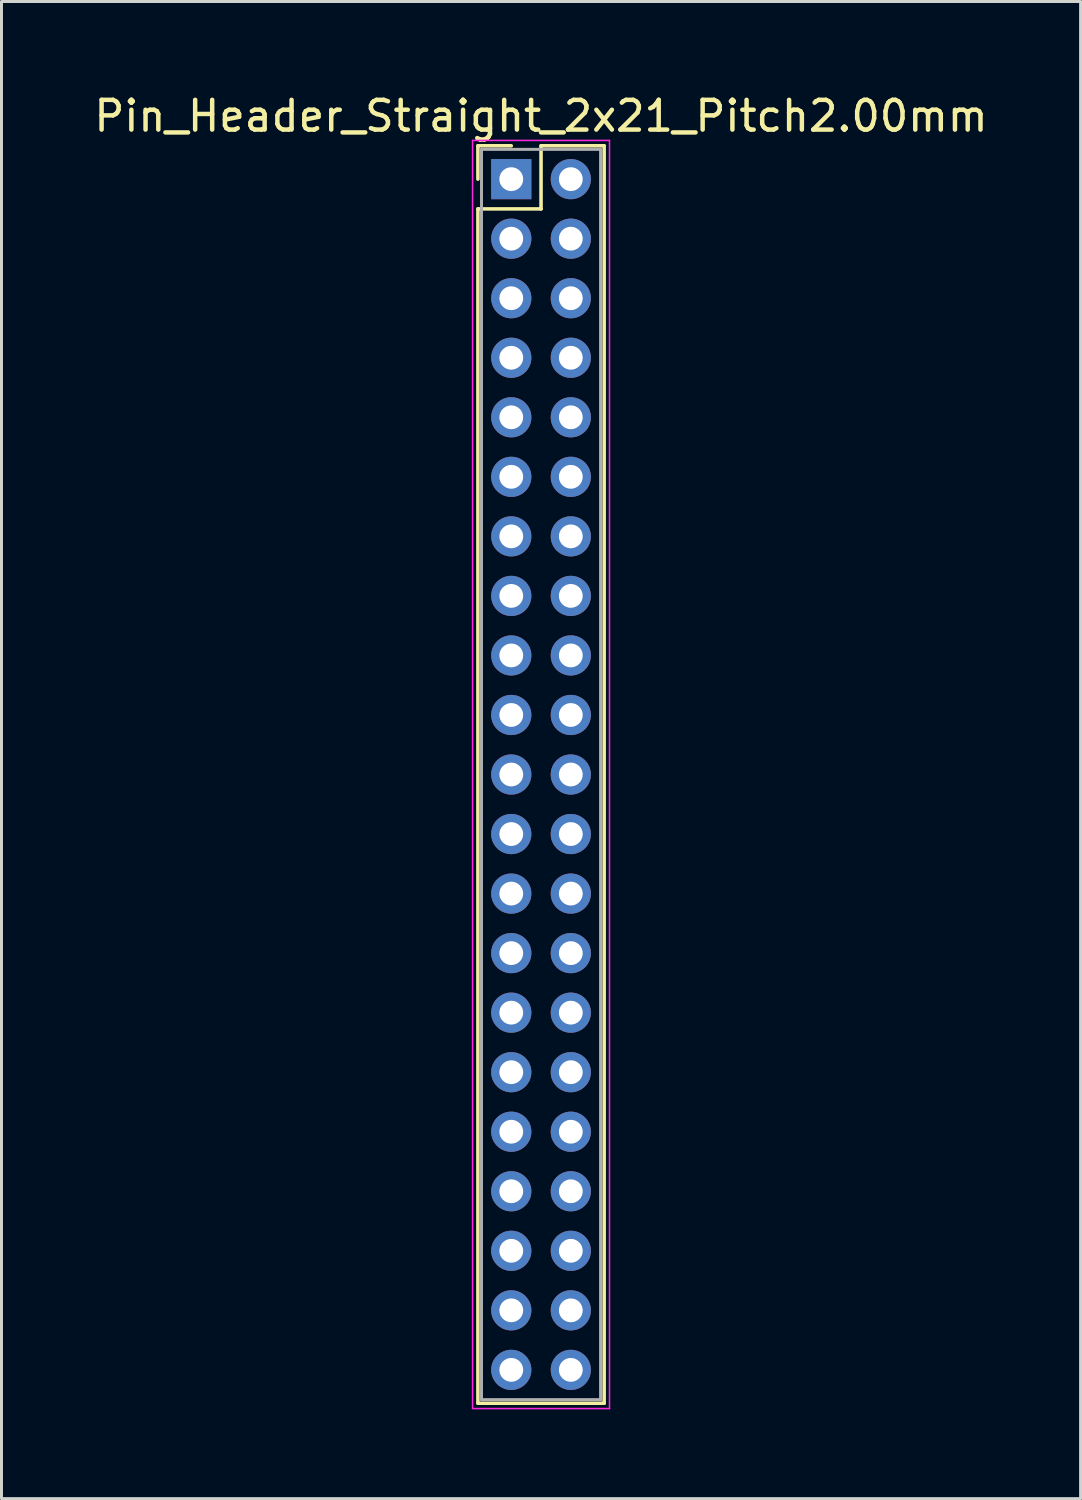
<source format=kicad_pcb>
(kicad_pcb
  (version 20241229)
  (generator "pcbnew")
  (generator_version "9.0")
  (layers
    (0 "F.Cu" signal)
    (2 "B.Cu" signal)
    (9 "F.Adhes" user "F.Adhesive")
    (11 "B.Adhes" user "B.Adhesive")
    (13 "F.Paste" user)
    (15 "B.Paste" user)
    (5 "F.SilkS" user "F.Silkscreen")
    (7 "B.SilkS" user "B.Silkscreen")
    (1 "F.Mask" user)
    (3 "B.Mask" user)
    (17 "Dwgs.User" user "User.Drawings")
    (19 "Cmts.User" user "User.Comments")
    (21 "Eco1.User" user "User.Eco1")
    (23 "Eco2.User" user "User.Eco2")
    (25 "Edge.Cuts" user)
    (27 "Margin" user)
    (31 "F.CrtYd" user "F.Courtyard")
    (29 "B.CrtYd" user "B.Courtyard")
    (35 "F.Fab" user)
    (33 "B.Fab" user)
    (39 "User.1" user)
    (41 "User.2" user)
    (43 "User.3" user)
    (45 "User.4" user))
  (footprint "Pin_Header_Straight_2x21_Pitch2.00mm"
    (layer "F.Cu")
    (at 14.125 2.968)
    (property "Reference" "Pin_Header_Straight_2x21_Pitch2.00mm" (at 1 -2.12 0) (layer "F.SilkS") (effects (font (size 1 1) (thickness 0.15))))
    (attr through_hole)
    (fp_line (start -1.12 -1.12) (end 0 -1.12) (stroke (width 0.12) (type solid)) (layer "F.SilkS"))
    (fp_line (start -1.12 0) (end -1.12 -1.12) (stroke (width 0.12) (type solid)) (layer "F.SilkS"))
    (fp_line (start -1.12 1) (end -1.12 41.12) (stroke (width 0.12) (type solid)) (layer "F.SilkS"))
    (fp_line (start -1.12 41.12) (end 3.12 41.12) (stroke (width 0.12) (type solid)) (layer "F.SilkS"))
    (fp_line (start 1 -1.12) (end 1 1) (stroke (width 0.12) (type solid)) (layer "F.SilkS"))
    (fp_line (start 1 1) (end -1.12 1) (stroke (width 0.12) (type solid)) (layer "F.SilkS"))
    (fp_line (start 3.12 -1.12) (end 1 -1.12) (stroke (width 0.12) (type solid)) (layer "F.SilkS"))
    (fp_line (start 3.12 41.12) (end 3.12 -1.12) (stroke (width 0.12) (type solid)) (layer "F.SilkS"))
    (fp_line (start -1.3 -1.3) (end -1.3 41.3) (stroke (width 0.05) (type solid)) (layer "F.CrtYd"))
    (fp_line (start -1.3 41.3) (end 3.3 41.3) (stroke (width 0.05) (type solid)) (layer "F.CrtYd"))
    (fp_line (start 3.3 -1.3) (end -1.3 -1.3) (stroke (width 0.05) (type solid)) (layer "F.CrtYd"))
    (fp_line (start 3.3 41.3) (end 3.3 -1.3) (stroke (width 0.05) (type solid)) (layer "F.CrtYd"))
    (fp_line (start -1 -1) (end -1 41) (stroke (width 0.1) (type solid)) (layer "F.Fab"))
    (fp_line (start -1 41) (end 3 41) (stroke (width 0.1) (type solid)) (layer "F.Fab"))
    (fp_line (start 3 -1) (end -1 -1) (stroke (width 0.1) (type solid)) (layer "F.Fab"))
    (fp_line (start 3 41) (end 3 -1) (stroke (width 0.1) (type solid)) (layer "F.Fab"))
    (pad "1" thru_hole rect (at 0 0) (size 1.35 1.35) (drill 0.8) (layers "*.Cu" "*.Mask"))
    (pad "2" thru_hole oval (at 2 0) (size 1.35 1.35) (drill 0.8) (layers "*.Cu" "*.Mask"))
    (pad "3" thru_hole oval (at 0 2) (size 1.35 1.35) (drill 0.8) (layers "*.Cu" "*.Mask"))
    (pad "4" thru_hole oval (at 2 2) (size 1.35 1.35) (drill 0.8) (layers "*.Cu" "*.Mask"))
    (pad "5" thru_hole oval (at 0 4) (size 1.35 1.35) (drill 0.8) (layers "*.Cu" "*.Mask"))
    (pad "6" thru_hole oval (at 2 4) (size 1.35 1.35) (drill 0.8) (layers "*.Cu" "*.Mask"))
    (pad "7" thru_hole oval (at 0 6) (size 1.35 1.35) (drill 0.8) (layers "*.Cu" "*.Mask"))
    (pad "8" thru_hole oval (at 2 6) (size 1.35 1.35) (drill 0.8) (layers "*.Cu" "*.Mask"))
    (pad "9" thru_hole oval (at 0 8) (size 1.35 1.35) (drill 0.8) (layers "*.Cu" "*.Mask"))
    (pad "10" thru_hole oval (at 2 8) (size 1.35 1.35) (drill 0.8) (layers "*.Cu" "*.Mask"))
    (pad "11" thru_hole oval (at 0 10) (size 1.35 1.35) (drill 0.8) (layers "*.Cu" "*.Mask"))
    (pad "12" thru_hole oval (at 2 10) (size 1.35 1.35) (drill 0.8) (layers "*.Cu" "*.Mask"))
    (pad "13" thru_hole oval (at 0 12) (size 1.35 1.35) (drill 0.8) (layers "*.Cu" "*.Mask"))
    (pad "14" thru_hole oval (at 2 12) (size 1.35 1.35) (drill 0.8) (layers "*.Cu" "*.Mask"))
    (pad "15" thru_hole oval (at 0 14) (size 1.35 1.35) (drill 0.8) (layers "*.Cu" "*.Mask"))
    (pad "16" thru_hole oval (at 2 14) (size 1.35 1.35) (drill 0.8) (layers "*.Cu" "*.Mask"))
    (pad "17" thru_hole oval (at 0 16) (size 1.35 1.35) (drill 0.8) (layers "*.Cu" "*.Mask"))
    (pad "18" thru_hole oval (at 2 16) (size 1.35 1.35) (drill 0.8) (layers "*.Cu" "*.Mask"))
    (pad "19" thru_hole oval (at 0 18) (size 1.35 1.35) (drill 0.8) (layers "*.Cu" "*.Mask"))
    (pad "20" thru_hole oval (at 2 18) (size 1.35 1.35) (drill 0.8) (layers "*.Cu" "*.Mask"))
    (pad "21" thru_hole oval (at 0 20) (size 1.35 1.35) (drill 0.8) (layers "*.Cu" "*.Mask"))
    (pad "22" thru_hole oval (at 2 20) (size 1.35 1.35) (drill 0.8) (layers "*.Cu" "*.Mask"))
    (pad "23" thru_hole oval (at 0 22) (size 1.35 1.35) (drill 0.8) (layers "*.Cu" "*.Mask"))
    (pad "24" thru_hole oval (at 2 22) (size 1.35 1.35) (drill 0.8) (layers "*.Cu" "*.Mask"))
    (pad "25" thru_hole oval (at 0 24) (size 1.35 1.35) (drill 0.8) (layers "*.Cu" "*.Mask"))
    (pad "26" thru_hole oval (at 2 24) (size 1.35 1.35) (drill 0.8) (layers "*.Cu" "*.Mask"))
    (pad "27" thru_hole oval (at 0 26) (size 1.35 1.35) (drill 0.8) (layers "*.Cu" "*.Mask"))
    (pad "28" thru_hole oval (at 2 26) (size 1.35 1.35) (drill 0.8) (layers "*.Cu" "*.Mask"))
    (pad "29" thru_hole oval (at 0 28) (size 1.35 1.35) (drill 0.8) (layers "*.Cu" "*.Mask"))
    (pad "30" thru_hole oval (at 2 28) (size 1.35 1.35) (drill 0.8) (layers "*.Cu" "*.Mask"))
    (pad "31" thru_hole oval (at 0 30) (size 1.35 1.35) (drill 0.8) (layers "*.Cu" "*.Mask"))
    (pad "32" thru_hole oval (at 2 30) (size 1.35 1.35) (drill 0.8) (layers "*.Cu" "*.Mask"))
    (pad "33" thru_hole oval (at 0 32) (size 1.35 1.35) (drill 0.8) (layers "*.Cu" "*.Mask"))
    (pad "34" thru_hole oval (at 2 32) (size 1.35 1.35) (drill 0.8) (layers "*.Cu" "*.Mask"))
    (pad "35" thru_hole oval (at 0 34) (size 1.35 1.35) (drill 0.8) (layers "*.Cu" "*.Mask"))
    (pad "36" thru_hole oval (at 2 34) (size 1.35 1.35) (drill 0.8) (layers "*.Cu" "*.Mask"))
    (pad "37" thru_hole oval (at 0 36) (size 1.35 1.35) (drill 0.8) (layers "*.Cu" "*.Mask"))
    (pad "38" thru_hole oval (at 2 36) (size 1.35 1.35) (drill 0.8) (layers "*.Cu" "*.Mask"))
    (pad "39" thru_hole oval (at 0 38) (size 1.35 1.35) (drill 0.8) (layers "*.Cu" "*.Mask"))
    (pad "40" thru_hole oval (at 2 38) (size 1.35 1.35) (drill 0.8) (layers "*.Cu" "*.Mask"))
    (pad "41" thru_hole oval (at 0 40) (size 1.35 1.35) (drill 0.8) (layers "*.Cu" "*.Mask"))
    (pad "42" thru_hole oval (at 2 40) (size 1.35 1.35) (drill 0.8) (layers "*.Cu" "*.Mask")))
  (gr_rect
    (start -3 -3)
    (end 33.25 47.293)
    (stroke (width 0.1) (type default))
    (fill no)
    (layer "Edge.Cuts")))
</source>
